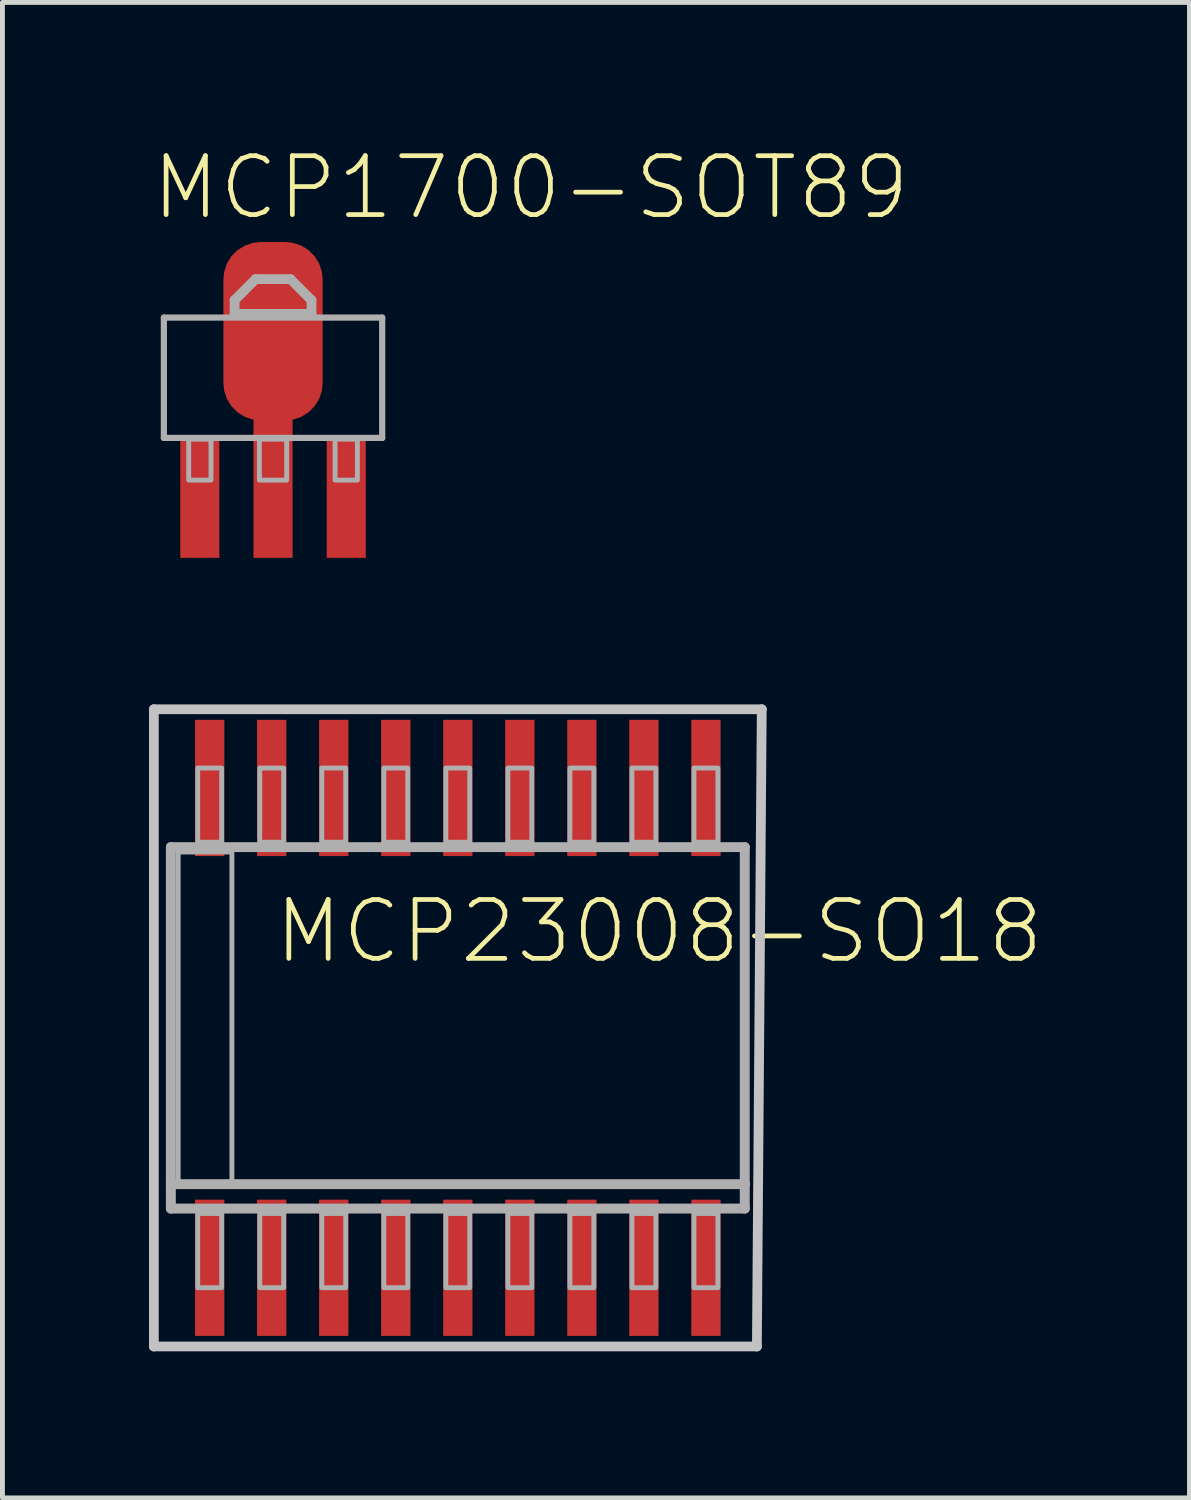
<source format=kicad_pcb>
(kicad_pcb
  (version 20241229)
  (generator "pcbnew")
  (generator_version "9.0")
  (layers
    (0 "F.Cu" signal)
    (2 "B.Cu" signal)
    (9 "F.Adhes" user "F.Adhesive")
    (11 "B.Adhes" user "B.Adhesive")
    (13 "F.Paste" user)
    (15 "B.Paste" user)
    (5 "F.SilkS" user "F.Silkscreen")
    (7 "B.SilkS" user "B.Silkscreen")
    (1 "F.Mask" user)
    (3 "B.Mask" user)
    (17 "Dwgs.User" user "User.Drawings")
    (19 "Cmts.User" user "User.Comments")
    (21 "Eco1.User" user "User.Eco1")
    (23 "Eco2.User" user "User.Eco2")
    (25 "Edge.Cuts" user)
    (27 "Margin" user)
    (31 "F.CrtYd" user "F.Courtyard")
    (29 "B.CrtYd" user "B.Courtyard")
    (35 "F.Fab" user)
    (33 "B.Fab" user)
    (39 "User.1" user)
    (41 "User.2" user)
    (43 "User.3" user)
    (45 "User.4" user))
  (footprint "MCP23008-SO18"
    (layer "F.Cu")
    (at 9.498 17.994)
    (property "Reference" "MCP23008-SO18" (at -6.985 -1.27 180) (layer "F.SilkS") (effects (font (size 1.206 1.206) (thickness 0.097)) (justify left bottom)))
    (attr through_hole)
    (fp_line (start -9.398 -6.523) (end 3.048 -6.523) (stroke (width 0.2) (type solid)) (layer "Dwgs.User"))
    (fp_line (start -9.398 6.523) (end -9.398 -6.523) (stroke (width 0.2) (type solid)) (layer "Dwgs.User"))
    (fp_line (start 2.948 6.523) (end -9.398 6.523) (stroke (width 0.2) (type solid)) (layer "Dwgs.User"))
    (fp_line (start 3.048 -6.523) (end 2.948 6.523) (stroke (width 0.2) (type solid)) (layer "Dwgs.User"))
    (fp_line (start -9.05 -3.7) (end 2.7 -3.7) (stroke (width 0.203) (type solid)) (layer "F.Fab"))
    (fp_line (start -9.05 3.2) (end -9.05 -3.7) (stroke (width 0.203) (type solid)) (layer "F.Fab"))
    (fp_line (start -9.05 3.7) (end -9.05 3.2) (stroke (width 0.203) (type solid)) (layer "F.Fab"))
    (fp_line (start 2.7 -3.7) (end 2.7 3.2) (stroke (width 0.203) (type solid)) (layer "F.Fab"))
    (fp_line (start 2.7 3.2) (end -9.05 3.2) (stroke (width 0.203) (type solid)) (layer "F.Fab"))
    (fp_line (start 2.7 3.2) (end 2.7 3.7) (stroke (width 0.203) (type solid)) (layer "F.Fab"))
    (fp_line (start 2.7 3.7) (end -9.05 3.7) (stroke (width 0.203) (type solid)) (layer "F.Fab"))
    (fp_poly (pts (xy -8.9 3.2) (xy -7.8 3.2) (xy -7.8 -3.6) (xy -8.9 -3.6)) (stroke (width 0.1) (type solid)) (fill no) (layer "F.Fab"))
    (fp_poly (pts (xy -8.5 -3.8) (xy -8.01 -3.8) (xy -8.01 -5.32) (xy -8.5 -5.32)) (stroke (width 0.1) (type solid)) (fill no) (layer "F.Fab"))
    (fp_poly (pts (xy -8.5 5.32) (xy -8.01 5.32) (xy -8.01 3.8) (xy -8.5 3.8)) (stroke (width 0.1) (type solid)) (fill no) (layer "F.Fab"))
    (fp_poly (pts (xy -7.23 -3.8) (xy -6.74 -3.8) (xy -6.74 -5.32) (xy -7.23 -5.32)) (stroke (width 0.1) (type solid)) (fill no) (layer "F.Fab"))
    (fp_poly (pts (xy -7.23 5.32) (xy -6.74 5.32) (xy -6.74 3.8) (xy -7.23 3.8)) (stroke (width 0.1) (type solid)) (fill no) (layer "F.Fab"))
    (fp_poly (pts (xy -5.96 -3.8) (xy -5.47 -3.8) (xy -5.47 -5.32) (xy -5.96 -5.32)) (stroke (width 0.1) (type solid)) (fill no) (layer "F.Fab"))
    (fp_poly (pts (xy -5.96 5.32) (xy -5.47 5.32) (xy -5.47 3.8) (xy -5.96 3.8)) (stroke (width 0.1) (type solid)) (fill no) (layer "F.Fab"))
    (fp_poly (pts (xy -4.69 -3.8) (xy -4.2 -3.8) (xy -4.2 -5.32) (xy -4.69 -5.32)) (stroke (width 0.1) (type solid)) (fill no) (layer "F.Fab"))
    (fp_poly (pts (xy -4.69 5.32) (xy -4.2 5.32) (xy -4.2 3.8) (xy -4.69 3.8)) (stroke (width 0.1) (type solid)) (fill no) (layer "F.Fab"))
    (fp_poly (pts (xy -3.42 -3.8) (xy -2.93 -3.8) (xy -2.93 -5.32) (xy -3.42 -5.32)) (stroke (width 0.1) (type solid)) (fill no) (layer "F.Fab"))
    (fp_poly (pts (xy -3.42 5.32) (xy -2.93 5.32) (xy -2.93 3.8) (xy -3.42 3.8)) (stroke (width 0.1) (type solid)) (fill no) (layer "F.Fab"))
    (fp_poly (pts (xy -2.15 -3.8) (xy -1.66 -3.8) (xy -1.66 -5.32) (xy -2.15 -5.32)) (stroke (width 0.1) (type solid)) (fill no) (layer "F.Fab"))
    (fp_poly (pts (xy -2.15 5.32) (xy -1.66 5.32) (xy -1.66 3.8) (xy -2.15 3.8)) (stroke (width 0.1) (type solid)) (fill no) (layer "F.Fab"))
    (fp_poly (pts (xy -0.88 -3.8) (xy -0.39 -3.8) (xy -0.39 -5.32) (xy -0.88 -5.32)) (stroke (width 0.1) (type solid)) (fill no) (layer "F.Fab"))
    (fp_poly (pts (xy -0.88 5.32) (xy -0.39 5.32) (xy -0.39 3.8) (xy -0.88 3.8)) (stroke (width 0.1) (type solid)) (fill no) (layer "F.Fab"))
    (fp_poly (pts (xy 0.39 -3.8) (xy 0.88 -3.8) (xy 0.88 -5.32) (xy 0.39 -5.32)) (stroke (width 0.1) (type solid)) (fill no) (layer "F.Fab"))
    (fp_poly (pts (xy 0.39 5.32) (xy 0.88 5.32) (xy 0.88 3.8) (xy 0.39 3.8)) (stroke (width 0.1) (type solid)) (fill no) (layer "F.Fab"))
    (fp_poly (pts (xy 1.66 -3.8) (xy 2.15 -3.8) (xy 2.15 -5.32) (xy 1.66 -5.32)) (stroke (width 0.1) (type solid)) (fill no) (layer "F.Fab"))
    (fp_poly (pts (xy 1.66 5.32) (xy 2.15 5.32) (xy 2.15 3.8) (xy 1.66 3.8)) (stroke (width 0.1) (type solid)) (fill no) (layer "F.Fab"))
    (pad "1" smd rect (at -8.255 4.912) (size 0.6 2.789) (layers "F.Cu" "F.Mask" "F.Paste"))
    (pad "2" smd rect (at -6.985 4.912) (size 0.6 2.789) (layers "F.Cu" "F.Mask" "F.Paste"))
    (pad "3" smd rect (at -5.715 4.912) (size 0.6 2.789) (layers "F.Cu" "F.Mask" "F.Paste"))
    (pad "4" smd rect (at -4.445 4.912) (size 0.6 2.789) (layers "F.Cu" "F.Mask" "F.Paste"))
    (pad "5" smd rect (at -3.175 4.912) (size 0.6 2.789) (layers "F.Cu" "F.Mask" "F.Paste"))
    (pad "6" smd rect (at -1.905 4.912) (size 0.6 2.789) (layers "F.Cu" "F.Mask" "F.Paste"))
    (pad "7" smd rect (at -0.635 4.912) (size 0.6 2.789) (layers "F.Cu" "F.Mask" "F.Paste"))
    (pad "8" smd rect (at 0.635 4.912) (size 0.6 2.789) (layers "F.Cu" "F.Mask" "F.Paste"))
    (pad "9" smd rect (at 1.905 4.912) (size 0.6 2.789) (layers "F.Cu" "F.Mask" "F.Paste"))
    (pad "10" smd rect (at 1.905 -4.912) (size 0.6 2.789) (layers "F.Cu" "F.Mask" "F.Paste"))
    (pad "11" smd rect (at 0.635 -4.912) (size 0.6 2.789) (layers "F.Cu" "F.Mask" "F.Paste"))
    (pad "12" smd rect (at -0.635 -4.912) (size 0.6 2.789) (layers "F.Cu" "F.Mask" "F.Paste"))
    (pad "13" smd rect (at -1.905 -4.912) (size 0.6 2.789) (layers "F.Cu" "F.Mask" "F.Paste"))
    (pad "14" smd rect (at -3.175 -4.912) (size 0.6 2.789) (layers "F.Cu" "F.Mask" "F.Paste"))
    (pad "15" smd rect (at -4.445 -4.912) (size 0.6 2.789) (layers "F.Cu" "F.Mask" "F.Paste"))
    (pad "16" smd rect (at -5.715 -4.912) (size 0.6 2.789) (layers "F.Cu" "F.Mask" "F.Paste"))
    (pad "17" smd rect (at -6.985 -4.912) (size 0.6 2.789) (layers "F.Cu" "F.Mask" "F.Paste"))
    (pad "18" smd rect (at -8.255 -4.912) (size 0.6 2.789) (layers "F.Cu" "F.Mask" "F.Paste")))
  (footprint "MCP1700-SOT89"
    (layer "F.Cu")
    (at 2.54 4.671)
    (property "Reference" "MCP1700-SOT89" (at -2.54 -3.175 0) (layer "F.SilkS") (effects (font (size 1.206 1.206) (thickness 0.097)) (justify left bottom)))
    (attr through_hole)
    (fp_poly (pts (xy -0.5 2.78) (xy 0.5 2.78) (xy 0.5 1.18) (xy -0.5 1.18)) (stroke (width 0) (type solid)) (fill yes) (layer "F.Mask"))
    (fp_poly (pts (xy -0.4 2.68) (xy 0.4 2.68) (xy 0.4 1.28) (xy -0.4 1.28)) (stroke (width 0) (type solid)) (fill yes) (layer "F.Paste"))
    (fp_line (start -2.235 -1.219) (end 2.235 -1.219) (stroke (width 0.127) (type solid)) (layer "F.Fab"))
    (fp_line (start -2.235 1.245) (end -2.235 -1.219) (stroke (width 0.127) (type solid)) (layer "F.Fab"))
    (fp_line (start -0.787 -1.575) (end -0.356 -2.007) (stroke (width 0.2) (type solid)) (layer "F.Fab"))
    (fp_line (start -0.787 -1.295) (end -0.787 -1.575) (stroke (width 0.2) (type solid)) (layer "F.Fab"))
    (fp_line (start -0.356 -2.007) (end 0.356 -2.007) (stroke (width 0.2) (type solid)) (layer "F.Fab"))
    (fp_line (start 0.356 -2.007) (end 0.787 -1.575) (stroke (width 0.2) (type solid)) (layer "F.Fab"))
    (fp_line (start 0.787 -1.575) (end 0.787 -1.295) (stroke (width 0.2) (type solid)) (layer "F.Fab"))
    (fp_line (start 0.787 -1.295) (end -0.787 -1.295) (stroke (width 0.2) (type solid)) (layer "F.Fab"))
    (fp_line (start 2.235 -1.219) (end 2.235 1.245) (stroke (width 0.127) (type solid)) (layer "F.Fab"))
    (fp_line (start 2.235 1.245) (end -2.235 1.245) (stroke (width 0.127) (type solid)) (layer "F.Fab"))
    (fp_poly (pts (xy -1.727 2.108) (xy -1.27 2.108) (xy -1.27 1.27) (xy -1.727 1.27)) (stroke (width 0.1) (type solid)) (fill no) (layer "F.Fab"))
    (fp_poly (pts (xy -0.279 2.108) (xy 0.279 2.108) (xy 0.279 1.27) (xy -0.279 1.27)) (stroke (width 0.1) (type solid)) (fill no) (layer "F.Fab"))
    (fp_poly (pts (xy 1.27 2.108) (xy 1.727 2.108) (xy 1.727 1.27) (xy 1.27 1.27)) (stroke (width 0.1) (type solid)) (fill no) (layer "F.Fab"))
    (fp_poly (pts (xy -0.787 -1.321) (xy -0.787 -1.575) (xy -0.356 -2.007) (xy 0.305 -2.007) (xy 0.356 -2.007) (xy 0.787 -1.575) (xy 0.787 -1.295) (xy -0.787 -1.295)) (stroke (width 0.1) (type solid)) (fill no) (layer "F.Fab"))
    (pad "1" smd rect (at -1.499 2.5) (size 0.8 2.4) (layers "F.Cu" "F.Mask" "F.Paste"))
    (pad "2" smd rect (at 0 2.2) (size 0.8 3) (layers "F.Cu" "F.Mask"))
    (pad "2@1" smd roundrect (at 0 -0.94) (size 2.032 3.65) (layers "F.Cu" "F.Mask" "F.Paste") (roundrect_rratio 0.375))
    (pad "3" smd rect (at 1.499 2.5) (size 0.8 2.4) (layers "F.Cu" "F.Mask" "F.Paste")))
  (gr_rect
    (start -3 -3)
    (end 21.303 27.617)
    (stroke (width 0.1) (type default))
    (fill no)
    (layer "Edge.Cuts")))
</source>
